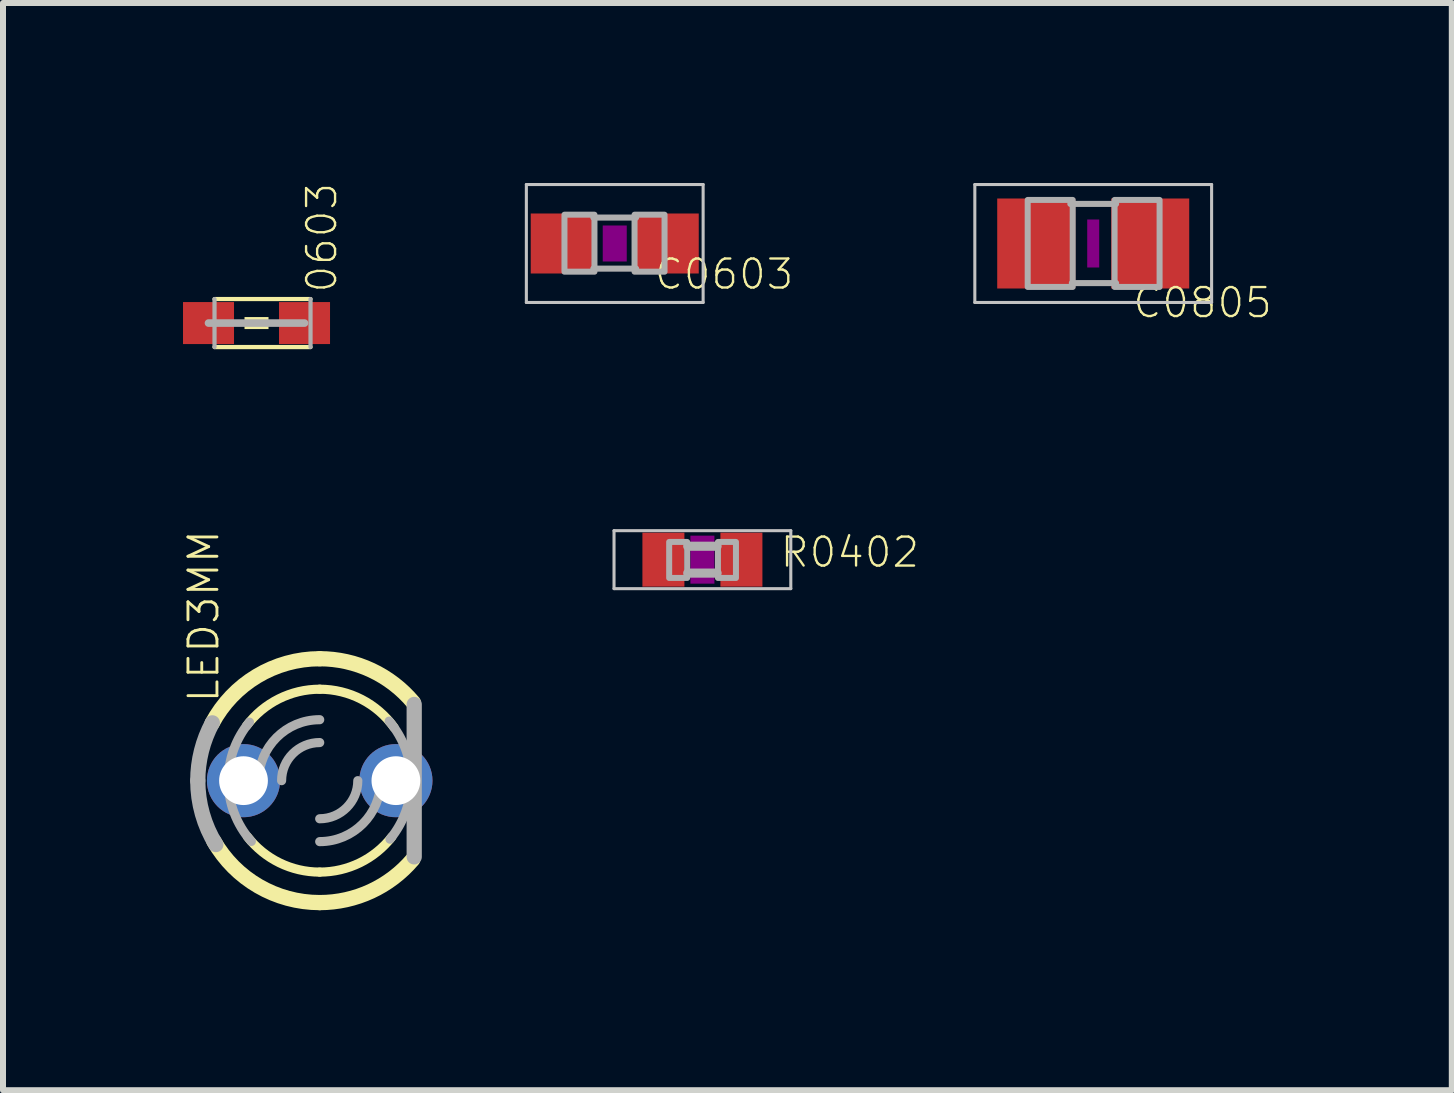
<source format=kicad_pcb>
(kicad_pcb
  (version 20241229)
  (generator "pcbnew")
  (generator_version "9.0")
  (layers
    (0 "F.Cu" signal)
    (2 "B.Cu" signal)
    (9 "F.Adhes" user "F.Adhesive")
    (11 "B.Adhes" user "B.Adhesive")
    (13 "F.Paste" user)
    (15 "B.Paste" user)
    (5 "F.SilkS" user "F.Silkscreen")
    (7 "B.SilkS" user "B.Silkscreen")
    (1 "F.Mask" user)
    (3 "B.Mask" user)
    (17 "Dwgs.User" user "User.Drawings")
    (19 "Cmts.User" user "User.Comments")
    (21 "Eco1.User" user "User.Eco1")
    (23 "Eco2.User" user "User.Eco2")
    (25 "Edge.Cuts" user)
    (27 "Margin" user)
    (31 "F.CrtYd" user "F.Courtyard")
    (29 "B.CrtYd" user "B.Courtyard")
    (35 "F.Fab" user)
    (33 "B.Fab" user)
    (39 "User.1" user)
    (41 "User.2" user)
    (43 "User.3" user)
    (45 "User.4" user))
  (footprint "LED3MM"
    (layer "F.Cu")
    (at 2.278 9.96)
    (property "Reference" "LED3MM" (at -1.651 -1.27 270) (layer "F.SilkS") (effects (font (size 0.483 0.483) (thickness 0.048)) (justify left bottom)))
    (attr through_hole)
    (fp_arc (start -1.7929 -0.9562) (mid -1.045438 -1.7424) (end 0 -2.032) (stroke (width 0.254) (type solid)) (layer "F.SilkS"))
    (fp_arc (start -1.2192 -0.9144) (mid -0.681554 -1.363107) (end 0 -1.524) (stroke (width 0.1524) (type solid)) (layer "F.SilkS"))
    (fp_arc (start 0 -2.032) (mid 0.861864 -1.840173) (end 1.561 -1.3009) (stroke (width 0.254) (type solid)) (layer "F.SilkS"))
    (fp_arc (start 0 -1.524) (mid 0.697339 -1.355082) (end 1.2401 -0.885801) (stroke (width 0.1524) (type solid)) (layer "F.SilkS"))
    (fp_arc (start 0 1.524) (mid -0.669593 1.369018) (end -1.203 0.9356) (stroke (width 0.1524) (type solid)) (layer "F.SilkS"))
    (fp_arc (start 0 2.032) (mid -1.019924 1.757525) (end -1.7643 1.0082) (stroke (width 0.254) (type solid)) (layer "F.SilkS"))
    (fp_arc (start 1.203 0.9356) (mid 0.669593 1.369018) (end 0 1.524) (stroke (width 0.1524) (type solid)) (layer "F.SilkS"))
    (fp_arc (start 1.5512 1.3126) (mid 0.854953 1.843405) (end 0 2.032) (stroke (width 0.254) (type solid)) (layer "F.SilkS"))
    (fp_line (start 1.575 1.27) (end 1.575 -1.27) (stroke (width 0.254) (type solid)) (layer "F.Fab"))
    (fp_arc (start -2.032 0) (mid -1.970339 -0.496775) (end -1.7891 -0.9634) (stroke (width 0.254) (type solid)) (layer "F.Fab"))
    (fp_arc (start -1.7306 1.065) (mid -1.95521 0.553417) (end -2.032 0) (stroke (width 0.254) (type solid)) (layer "F.Fab"))
    (fp_arc (start -1.524 0) (mid -1.432981 -0.518783) (end -1.1708 -0.9756) (stroke (width 0.1524) (type solid)) (layer "F.Fab"))
    (fp_arc (start -1.1391 1.0125) (mid -1.42454 0.5416) (end -1.524 0) (stroke (width 0.1524) (type solid)) (layer "F.Fab"))
    (fp_arc (start -1.016 0) (mid -0.71842 -0.71842) (end 0 -1.016) (stroke (width 0.1524) (type solid)) (layer "F.Fab"))
    (fp_arc (start -0.635 0) (mid -0.449013 -0.449013) (end 0 -0.635) (stroke (width 0.1524) (type solid)) (layer "F.Fab"))
    (fp_arc (start 0.635 0) (mid 0.449013 0.449013) (end 0 0.635) (stroke (width 0.1524) (type solid)) (layer "F.Fab"))
    (fp_arc (start 1.016 0) (mid 0.71842 0.71842) (end 0 1.016) (stroke (width 0.1524) (type solid)) (layer "F.Fab"))
    (fp_arc (start 1.1571 -0.9918) (mid 1.429332 -0.528744) (end 1.524 0) (stroke (width 0.1524) (type solid)) (layer "F.Fab"))
    (fp_arc (start 1.524 0) (mid 1.432981 0.518783) (end 1.1708 0.9756) (stroke (width 0.1524) (type solid)) (layer "F.Fab"))
    (pad "A" thru_hole circle (at -1.27 0) (size 1.219 1.219) (drill 0.813) (layers "*.Cu" "*.Mask"))
    (pad "K" thru_hole circle (at 1.27 0) (size 1.219 1.219) (drill 0.813) (layers "*.Cu" "*.Mask")))
  (footprint "0603"
    (layer "F.Cu")
    (at 1.325 2.334)
    (property "Reference" "0603" (at 1.27 -0.476 90) (layer "F.SilkS") (effects (font (size 0.483 0.483) (thickness 0.039)) (justify left bottom)))
    (attr through_hole)
    (fp_line (start -0.8 -0.4) (end 0.8 -0.4) (stroke (width 0.07) (type solid)) (layer "F.SilkS"))
    (fp_line (start 0.8 0.4) (end -0.8 0.4) (stroke (width 0.07) (type solid)) (layer "F.SilkS"))
    (fp_poly (pts (xy -0.3 0.1) (xy 0.1 0.1) (xy 0.1 -0.1) (xy -0.3 -0.1)) (stroke (width 0) (type solid)) (fill yes) (layer "F.SilkS"))
    (fp_line (start -0.9 0) (end 0.7 0) (stroke (width 0.127) (type solid)) (layer "F.Fab"))
    (fp_line (start -0.8 0.4) (end -0.8 -0.4) (stroke (width 0.07) (type solid)) (layer "F.Fab"))
    (fp_line (start 0.8 -0.4) (end 0.8 0.4) (stroke (width 0.07) (type solid)) (layer "F.Fab"))
    (pad "1" smd rect (at -0.9 0) (size 0.85 0.7) (layers "F.Cu" "F.Mask" "F.Paste"))
    (pad "2" smd rect (at 0.7 0) (size 0.85 0.7) (layers "F.Cu" "F.Mask" "F.Paste")))
  (footprint "R0402"
    (layer "F.Cu")
    (at 8.656 6.277)
    (property "Reference" "R0402" (at 1.27 0.159 0) (layer "F.SilkS") (effects (font (size 0.483 0.483) (thickness 0.039)) (justify left bottom)))
    (attr through_hole)
    (fp_poly (pts (xy -0.2 0.4) (xy 0.2 0.4) (xy 0.2 -0.4) (xy -0.2 -0.4)) (stroke (width 0) (type solid)) (fill yes) (layer "F.Adhes"))
    (fp_line (start -1.473 -0.483) (end 1.473 -0.483) (stroke (width 0.051) (type solid)) (layer "Dwgs.User"))
    (fp_line (start -1.473 0.483) (end -1.473 -0.483) (stroke (width 0.051) (type solid)) (layer "Dwgs.User"))
    (fp_line (start 1.473 -0.483) (end 1.473 0.483) (stroke (width 0.051) (type solid)) (layer "Dwgs.User"))
    (fp_line (start 1.473 0.483) (end -1.473 0.483) (stroke (width 0.051) (type solid)) (layer "Dwgs.User"))
    (fp_line (start -0.245 -0.224) (end 0.245 -0.224) (stroke (width 0.152) (type solid)) (layer "F.Fab"))
    (fp_line (start 0.245 0.224) (end -0.245 0.224) (stroke (width 0.152) (type solid)) (layer "F.Fab"))
    (fp_poly (pts (xy -0.554 0.305) (xy -0.254 0.305) (xy -0.254 -0.295) (xy -0.554 -0.295)) (stroke (width 0.1) (type solid)) (fill no) (layer "F.Fab"))
    (fp_poly (pts (xy 0.259 0.305) (xy 0.559 0.305) (xy 0.559 -0.295) (xy 0.259 -0.295)) (stroke (width 0.1) (type solid)) (fill no) (layer "F.Fab"))
    (pad "1" smd rect (at -0.65 0) (size 0.7 0.9) (layers "F.Cu" "F.Mask" "F.Paste"))
    (pad "2" smd rect (at 0.65 0) (size 0.7 0.9) (layers "F.Cu" "F.Mask" "F.Paste")))
  (footprint "C0603"
    (layer "F.Cu")
    (at 7.195 1.008)
    (property "Reference" "C0603" (at 0.635 0.794 180) (layer "F.SilkS") (effects (font (size 0.483 0.483) (thickness 0.039)) (justify left bottom)))
    (attr through_hole)
    (fp_poly (pts (xy -0.2 0.3) (xy 0.2 0.3) (xy 0.2 -0.3) (xy -0.2 -0.3)) (stroke (width 0) (type solid)) (fill yes) (layer "F.Adhes"))
    (fp_line (start -1.473 -0.983) (end 1.473 -0.983) (stroke (width 0.051) (type solid)) (layer "Dwgs.User"))
    (fp_line (start -1.473 0.983) (end -1.473 -0.983) (stroke (width 0.051) (type solid)) (layer "Dwgs.User"))
    (fp_line (start 1.473 -0.983) (end 1.473 0.983) (stroke (width 0.051) (type solid)) (layer "Dwgs.User"))
    (fp_line (start 1.473 0.983) (end -1.473 0.983) (stroke (width 0.051) (type solid)) (layer "Dwgs.User"))
    (fp_line (start -0.356 -0.432) (end 0.356 -0.432) (stroke (width 0.102) (type solid)) (layer "F.Fab"))
    (fp_line (start -0.356 0.419) (end 0.356 0.419) (stroke (width 0.102) (type solid)) (layer "F.Fab"))
    (fp_poly (pts (xy -0.838 0.47) (xy -0.338 0.47) (xy -0.338 -0.48) (xy -0.838 -0.48)) (stroke (width 0.1) (type solid)) (fill no) (layer "F.Fab"))
    (fp_poly (pts (xy 0.33 0.47) (xy 0.83 0.47) (xy 0.83 -0.48) (xy 0.33 -0.48)) (stroke (width 0.1) (type solid)) (fill no) (layer "F.Fab"))
    (pad "1" smd rect (at -0.85 0) (size 1.1 1) (layers "F.Cu" "F.Mask" "F.Paste"))
    (pad "2" smd rect (at 0.85 0) (size 1.1 1) (layers "F.Cu" "F.Mask" "F.Paste")))
  (footprint "C0805"
    (layer "F.Cu")
    (at 15.169 1.008)
    (property "Reference" "C0805" (at 0.635 1.27 180) (layer "F.SilkS") (effects (font (size 0.483 0.483) (thickness 0.039)) (justify left bottom)))
    (attr through_hole)
    (fp_poly (pts (xy -0.1 0.4) (xy 0.1 0.4) (xy 0.1 -0.4) (xy -0.1 -0.4)) (stroke (width 0) (type solid)) (fill yes) (layer "F.Adhes"))
    (fp_line (start -1.973 -0.983) (end 1.973 -0.983) (stroke (width 0.051) (type solid)) (layer "Dwgs.User"))
    (fp_line (start -1.973 0.983) (end -1.973 -0.983) (stroke (width 0.051) (type solid)) (layer "Dwgs.User"))
    (fp_line (start 1.973 -0.983) (end 1.973 0.983) (stroke (width 0.051) (type solid)) (layer "Dwgs.User"))
    (fp_line (start 1.973 0.983) (end -1.973 0.983) (stroke (width 0.051) (type solid)) (layer "Dwgs.User"))
    (fp_line (start -0.381 -0.66) (end 0.381 -0.66) (stroke (width 0.102) (type solid)) (layer "F.Fab"))
    (fp_line (start -0.356 0.66) (end 0.381 0.66) (stroke (width 0.102) (type solid)) (layer "F.Fab"))
    (fp_poly (pts (xy -1.092 0.724) (xy -0.342 0.724) (xy -0.342 -0.726) (xy -1.092 -0.726)) (stroke (width 0.1) (type solid)) (fill no) (layer "F.Fab"))
    (fp_poly (pts (xy 0.356 0.724) (xy 1.106 0.724) (xy 1.106 -0.726) (xy 0.356 -0.726)) (stroke (width 0.1) (type solid)) (fill no) (layer "F.Fab"))
    (pad "1" smd rect (at -0.95 0) (size 1.3 1.5) (layers "F.Cu" "F.Mask" "F.Paste"))
    (pad "2" smd rect (at 0.95 0) (size 1.3 1.5) (layers "F.Cu" "F.Mask" "F.Paste")))
  (gr_rect
    (start -3 -3)
    (end 21.145 15.119)
    (stroke (width 0.1) (type default))
    (fill no)
    (layer "Edge.Cuts")))
</source>
